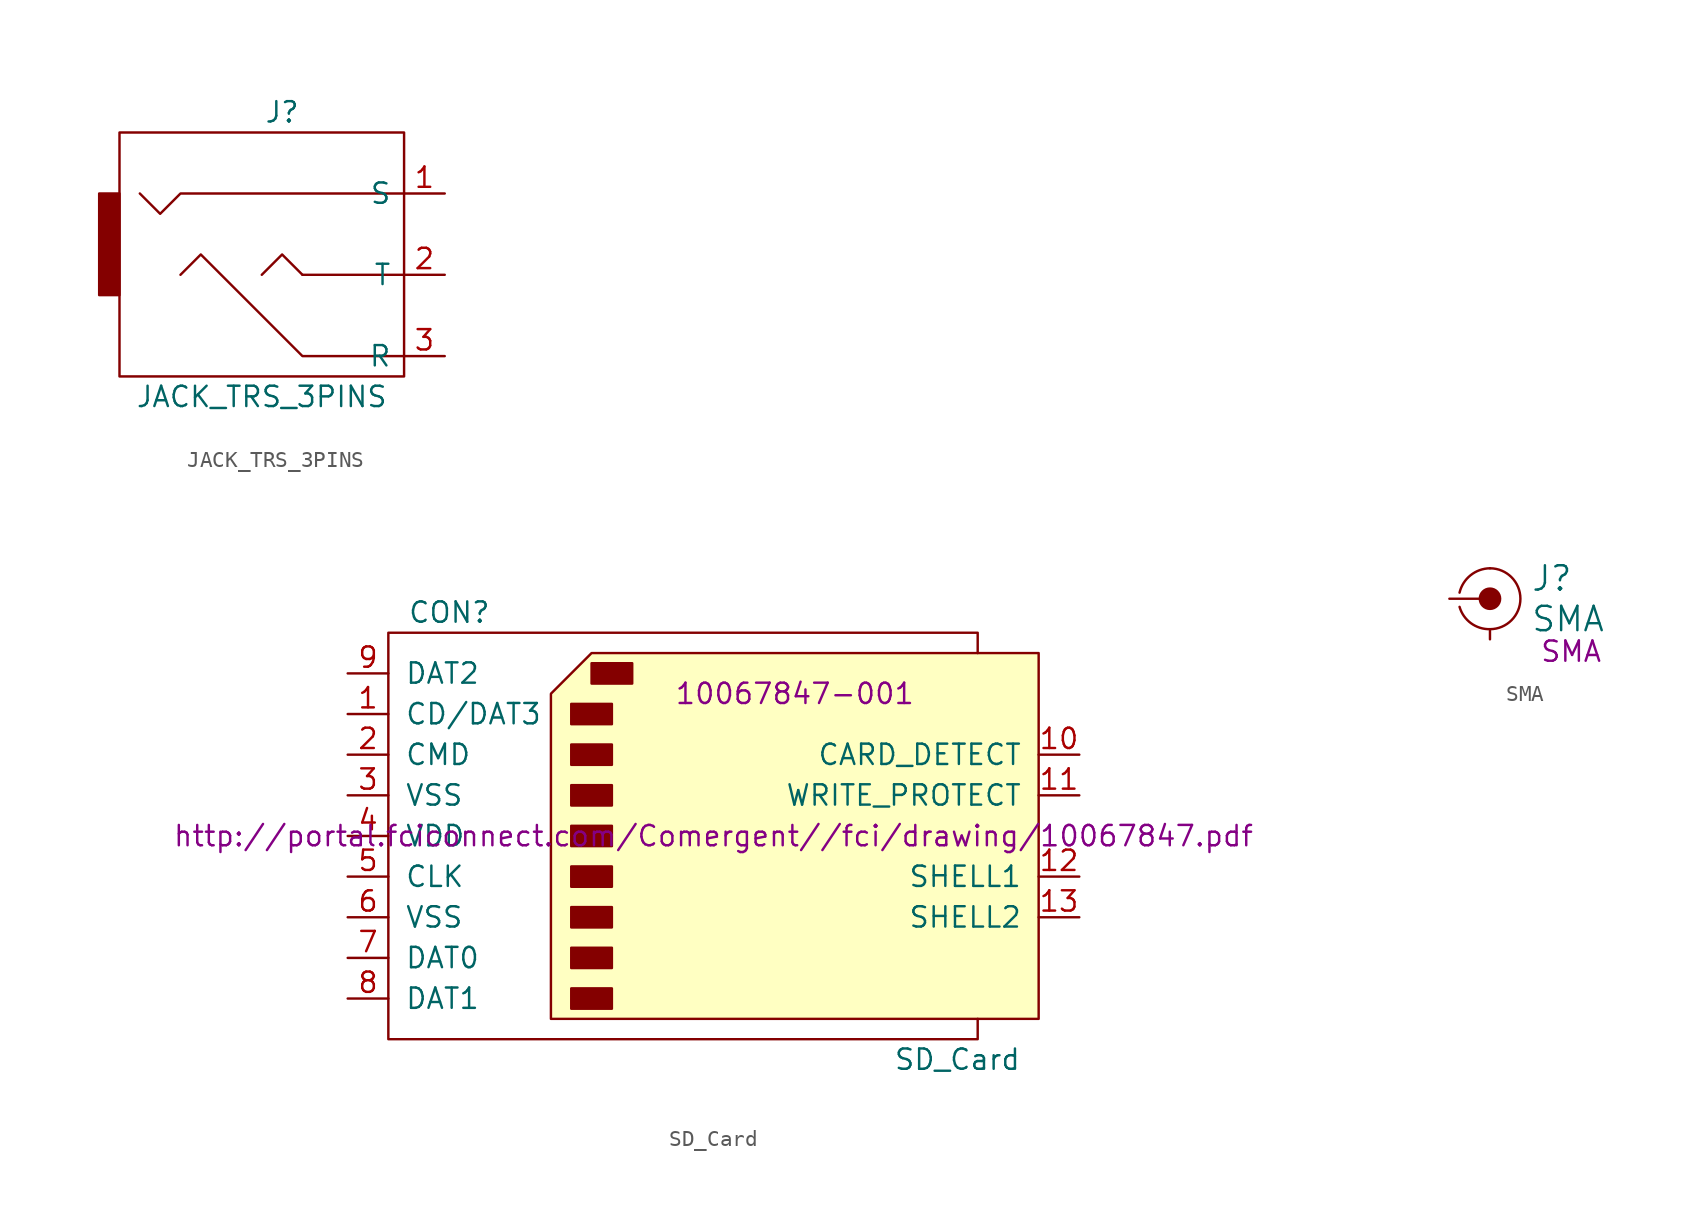
<source format=kicad_sym>
(kicad_symbol_lib
  (version 20211014)
  (generator kicad_symbol_editor)
  (symbol "JACK_TRS_3PINS"
    (pin_names
      (offset 0.762))
    (property "Reference" "J"
      (at 0 10.16 0)
      (effects (font (size 1.27 1.27))))
    (property "Value" "JACK_TRS_3PINS"
      (at -1.27 -7.62 0)
      (effects (font (size 1.27 1.27))))
    (property "Footprint" ""
      (at 2.54 -3.81 0)
      (effects (font (size 1.27 1.27))))
    (property "Datasheet" ""
      (at 2.54 -3.81 0)
      (effects (font (size 1.27 1.27))))
    (symbol "JACK_TRS_3PINS_0_0"
      (polyline (pts (xy -8.89 5.08) (xy -7.62 3.81) (xy -6.35 5.08) (xy 7.62 5.08)) (stroke (width 0) (type default) (color 0 0 0 0)) (fill (type none)))
      (polyline (pts (xy -6.35 0) (xy -5.08 1.27) (xy 1.27 -5.08) (xy 7.62 -5.08)) (stroke (width 0) (type default) (color 0 0 0 0)) (fill (type none))))
    (symbol "JACK_TRS_3PINS_0_1"
      (rectangle (start -11.43 5.08) (end -10.16 -1.27) (stroke (width 0) (type default) (color 0 0 0 0)) (fill (type outline)))
      (polyline (pts (xy 1.27 0) (xy 7.62 0)) (stroke (width 0) (type default) (color 0 0 0 0)) (fill (type none)))
      (polyline (pts (xy 1.27 0) (xy 0 1.27) (xy -1.27 0) (xy -1.27 0)) (stroke (width 0) (type default) (color 0 0 0 0)) (fill (type none)))
      (rectangle (start 7.62 -6.35) (end -10.16 8.89) (stroke (width 0) (type default) (color 0 0 0 0)) (fill (type none))))
    (symbol "JACK_TRS_3PINS_1_1"
      (pin passive line (at 10.16 5.08 180) (length 2.54) (name "S" (effects (font (size 1.27 1.27)))) (number "1" (effects (font (size 1.27 1.27)))))
      (pin passive line (at 10.16 0 180) (length 2.54) (name "T" (effects (font (size 1.27 1.27)))) (number "2" (effects (font (size 1.27 1.27)))))
      (pin passive line (at 10.16 -5.08 180) (length 2.54) (name "R" (effects (font (size 1.27 1.27)))) (number "3" (effects (font (size 1.27 1.27)))))))
  (symbol "SD_Card"
    (pin_names
      (offset 1.016))
    (property "Reference" "CON"
      (at -16.51 13.97 0)
      (effects (font (size 1.27 1.27))))
    (property "Value" "SD_Card"
      (at 15.24 -13.97 0)
      (effects (font (size 1.27 1.27))))
    (property "Footprint" "10067847-001"
      (at 5.08 8.89 0)
      (effects (font (size 1.27 1.27))))
    (property "Datasheet" "http://portal.fciconnect.com/Comergent//fci/drawing/10067847.pdf"
      (at 0 0 0)
      (effects (font (size 1.27 1.27))))
    (symbol "SD_Card_0_1"
      (rectangle (start -8.89 -9.525) (end -6.35 -10.795) (stroke (width 0) (type default) (color 0 0 0 0)) (fill (type outline)))
      (rectangle (start -8.89 -6.985) (end -6.35 -8.255) (stroke (width 0) (type default) (color 0 0 0 0)) (fill (type outline)))
      (rectangle (start -8.89 -4.445) (end -6.35 -5.715) (stroke (width 0) (type default) (color 0 0 0 0)) (fill (type outline)))
      (rectangle (start -8.89 -1.905) (end -6.35 -3.175) (stroke (width 0) (type default) (color 0 0 0 0)) (fill (type outline)))
      (rectangle (start -8.89 0.635) (end -6.35 -0.635) (stroke (width 0) (type default) (color 0 0 0 0)) (fill (type outline)))
      (rectangle (start -8.89 3.175) (end -6.35 1.905) (stroke (width 0) (type default) (color 0 0 0 0)) (fill (type outline)))
      (rectangle (start -8.89 5.715) (end -6.35 4.445) (stroke (width 0) (type default) (color 0 0 0 0)) (fill (type outline)))
      (rectangle (start -8.89 8.255) (end -6.35 6.985) (stroke (width 0) (type default) (color 0 0 0 0)) (fill (type outline)))
      (rectangle (start -7.62 10.795) (end -5.08 9.525) (stroke (width 0) (type default) (color 0 0 0 0)) (fill (type outline)))
      (polyline (pts (xy -10.16 8.89) (xy -7.62 11.43) (xy 20.32 11.43) (xy 20.32 -11.43) (xy -10.16 -11.43) (xy -10.16 8.89)) (stroke (width 0) (type default) (color 0 0 0 0)) (fill (type background)))
      (polyline (pts (xy 16.51 11.43) (xy 16.51 12.7) (xy -20.32 12.7) (xy -20.32 -12.7) (xy 16.51 -12.7) (xy 16.51 -11.43)) (stroke (width 0) (type default) (color 0 0 0 0)) (fill (type none))))
    (symbol "SD_Card_1_1"
      (pin input line (at -22.86 7.62 0) (length 2.54) (name "CD/DAT3" (effects (font (size 1.27 1.27)))) (number "1" (effects (font (size 1.27 1.27)))))
      (pin input line (at 22.86 5.08 180) (length 2.54) (name "CARD_DETECT" (effects (font (size 1.27 1.27)))) (number "10" (effects (font (size 1.27 1.27)))))
      (pin input line (at 22.86 2.54 180) (length 2.54) (name "WRITE_PROTECT" (effects (font (size 1.27 1.27)))) (number "11" (effects (font (size 1.27 1.27)))))
      (pin input line (at 22.86 -2.54 180) (length 2.54) (name "SHELL1" (effects (font (size 1.27 1.27)))) (number "12" (effects (font (size 1.27 1.27)))))
      (pin input line (at 22.86 -5.08 180) (length 2.54) (name "SHELL2" (effects (font (size 1.27 1.27)))) (number "13" (effects (font (size 1.27 1.27)))))
      (pin input line (at -22.86 5.08 0) (length 2.54) (name "CMD" (effects (font (size 1.27 1.27)))) (number "2" (effects (font (size 1.27 1.27)))))
      (pin input line (at -22.86 2.54 0) (length 2.54) (name "VSS" (effects (font (size 1.27 1.27)))) (number "3" (effects (font (size 1.27 1.27)))))
      (pin input line (at -22.86 0 0) (length 2.54) (name "VDD" (effects (font (size 1.27 1.27)))) (number "4" (effects (font (size 1.27 1.27)))))
      (pin input line (at -22.86 -2.54 0) (length 2.54) (name "CLK" (effects (font (size 1.27 1.27)))) (number "5" (effects (font (size 1.27 1.27)))))
      (pin input line (at -22.86 -5.08 0) (length 2.54) (name "VSS" (effects (font (size 1.27 1.27)))) (number "6" (effects (font (size 1.27 1.27)))))
      (pin input line (at -22.86 -7.62 0) (length 2.54) (name "DAT0" (effects (font (size 1.27 1.27)))) (number "7" (effects (font (size 1.27 1.27)))))
      (pin input line (at -22.86 -10.16 0) (length 2.54) (name "DAT1" (effects (font (size 1.27 1.27)))) (number "8" (effects (font (size 1.27 1.27)))))
      (pin input line (at -22.86 10.16 0) (length 2.54) (name "DAT2" (effects (font (size 1.27 1.27)))) (number "9" (effects (font (size 1.27 1.27)))))))
  (symbol "SMA"
    (pin_numbers hide)
    (pin_names
      (offset 1.016) hide)
    (property "Reference" "J"
      (at 2.54 1.27 0)
      (effects (font (size 1.524 1.524)) (justify left)))
    (property "Value" "SMA"
      (at 2.54 -1.27 0)
      (effects (font (size 1.524 1.524)) (justify left)))
    (property "Footprint" "SMA"
      (at 5.08 -3.302 0)
      (effects (font (size 1.27 1.27))))
    (symbol "SMA_0_1"
      (arc (start -1.905 -0.508) (mid -1.1909 -1.5311) (end 0 -1.905) (stroke (width 0) (type default) (color 0 0 0 0)) (fill (type none)))
      (arc (start 0 -1.905) (mid 1.905 0) (end 0 1.905) (stroke (width 0) (type default) (color 0 0 0 0)) (fill (type none)))
      (circle (center 0 0) (radius 0.635) (stroke (width 0) (type default) (color 0 0 0 0)) (fill (type outline)))
      (arc (start 0 1.905) (mid -1.2136 1.47) (end -1.905 0.381) (stroke (width 0) (type default) (color 0 0 0 0)) (fill (type none))))
    (symbol "SMA_1_1"
      (pin passive line (at -2.54 0 0) (length 2.54) (name "RF" (effects (font (size 0 0)))) (number "1" (effects (font (size 0 0)))))
      (pin passive line (at 0 -2.54 90) (length 0.61) (name "GND" (effects (font (size 0 0)))) (number "2" (effects (font (size 0 0))))))))
</source>
